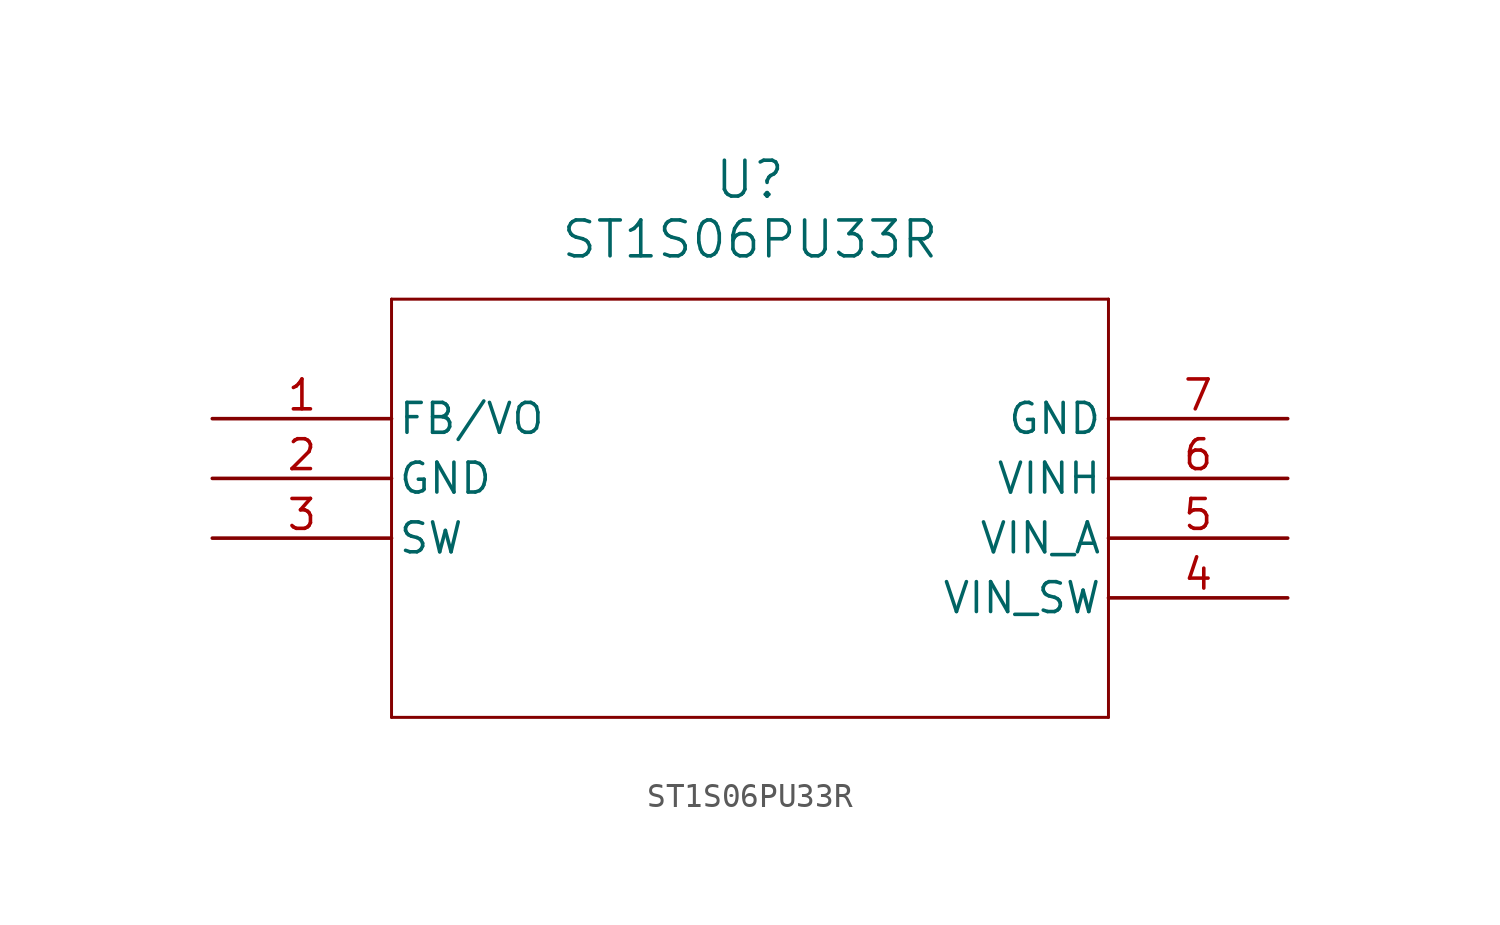
<source format=kicad_sym>
(kicad_symbol_lib
  (version 20211014)
  (generator kicad_symbol_editor)
  (symbol "ST1S06PU33R"
    (pin_names
      (offset 0.254))
    (property "Reference" "U"
      (at 22.86 10.16 0)
      (effects (font (size 1.524 1.524))))
    (property "Value" "ST1S06PU33R"
      (at 22.86 7.62 0)
      (effects (font (size 1.524 1.524))))
    (symbol "ST1S06PU33R_0_1"
      (polyline (pts (xy 7.62 5.08) (xy 7.62 -12.7)) (stroke (width 0.127) (type default) (color 0 0 0 0)) (fill (type none)))
      (polyline (pts (xy 7.62 -12.7) (xy 38.1 -12.7)) (stroke (width 0.127) (type default) (color 0 0 0 0)) (fill (type none)))
      (polyline (pts (xy 38.1 -12.7) (xy 38.1 5.08)) (stroke (width 0.127) (type default) (color 0 0 0 0)) (fill (type none)))
      (polyline (pts (xy 38.1 5.08) (xy 7.62 5.08)) (stroke (width 0.127) (type default) (color 0 0 0 0)) (fill (type none)))
      (pin unspecified line (at 0 0 0) (length 7.62) (name "FB/VO" (effects (font (size 1.27 1.27)))) (number "1" (effects (font (size 1.27 1.27)))))
      (pin power_out line (at 0 -2.54 0) (length 7.62) (name "GND" (effects (font (size 1.27 1.27)))) (number "2" (effects (font (size 1.27 1.27)))))
      (pin unspecified line (at 0 -5.08 0) (length 7.62) (name "SW" (effects (font (size 1.27 1.27)))) (number "3" (effects (font (size 1.27 1.27)))))
      (pin unspecified line (at 45.72 -7.62 180) (length 7.62) (name "VIN_SW" (effects (font (size 1.27 1.27)))) (number "4" (effects (font (size 1.27 1.27)))))
      (pin unspecified line (at 45.72 -5.08 180) (length 7.62) (name "VIN_A" (effects (font (size 1.27 1.27)))) (number "5" (effects (font (size 1.27 1.27)))))
      (pin unspecified line (at 45.72 -2.54 180) (length 7.62) (name "VINH" (effects (font (size 1.27 1.27)))) (number "6" (effects (font (size 1.27 1.27)))))
      (pin power_out line (at 45.72 0 180) (length 7.62) (name "GND" (effects (font (size 1.27 1.27)))) (number "7" (effects (font (size 1.27 1.27))))))))
</source>
